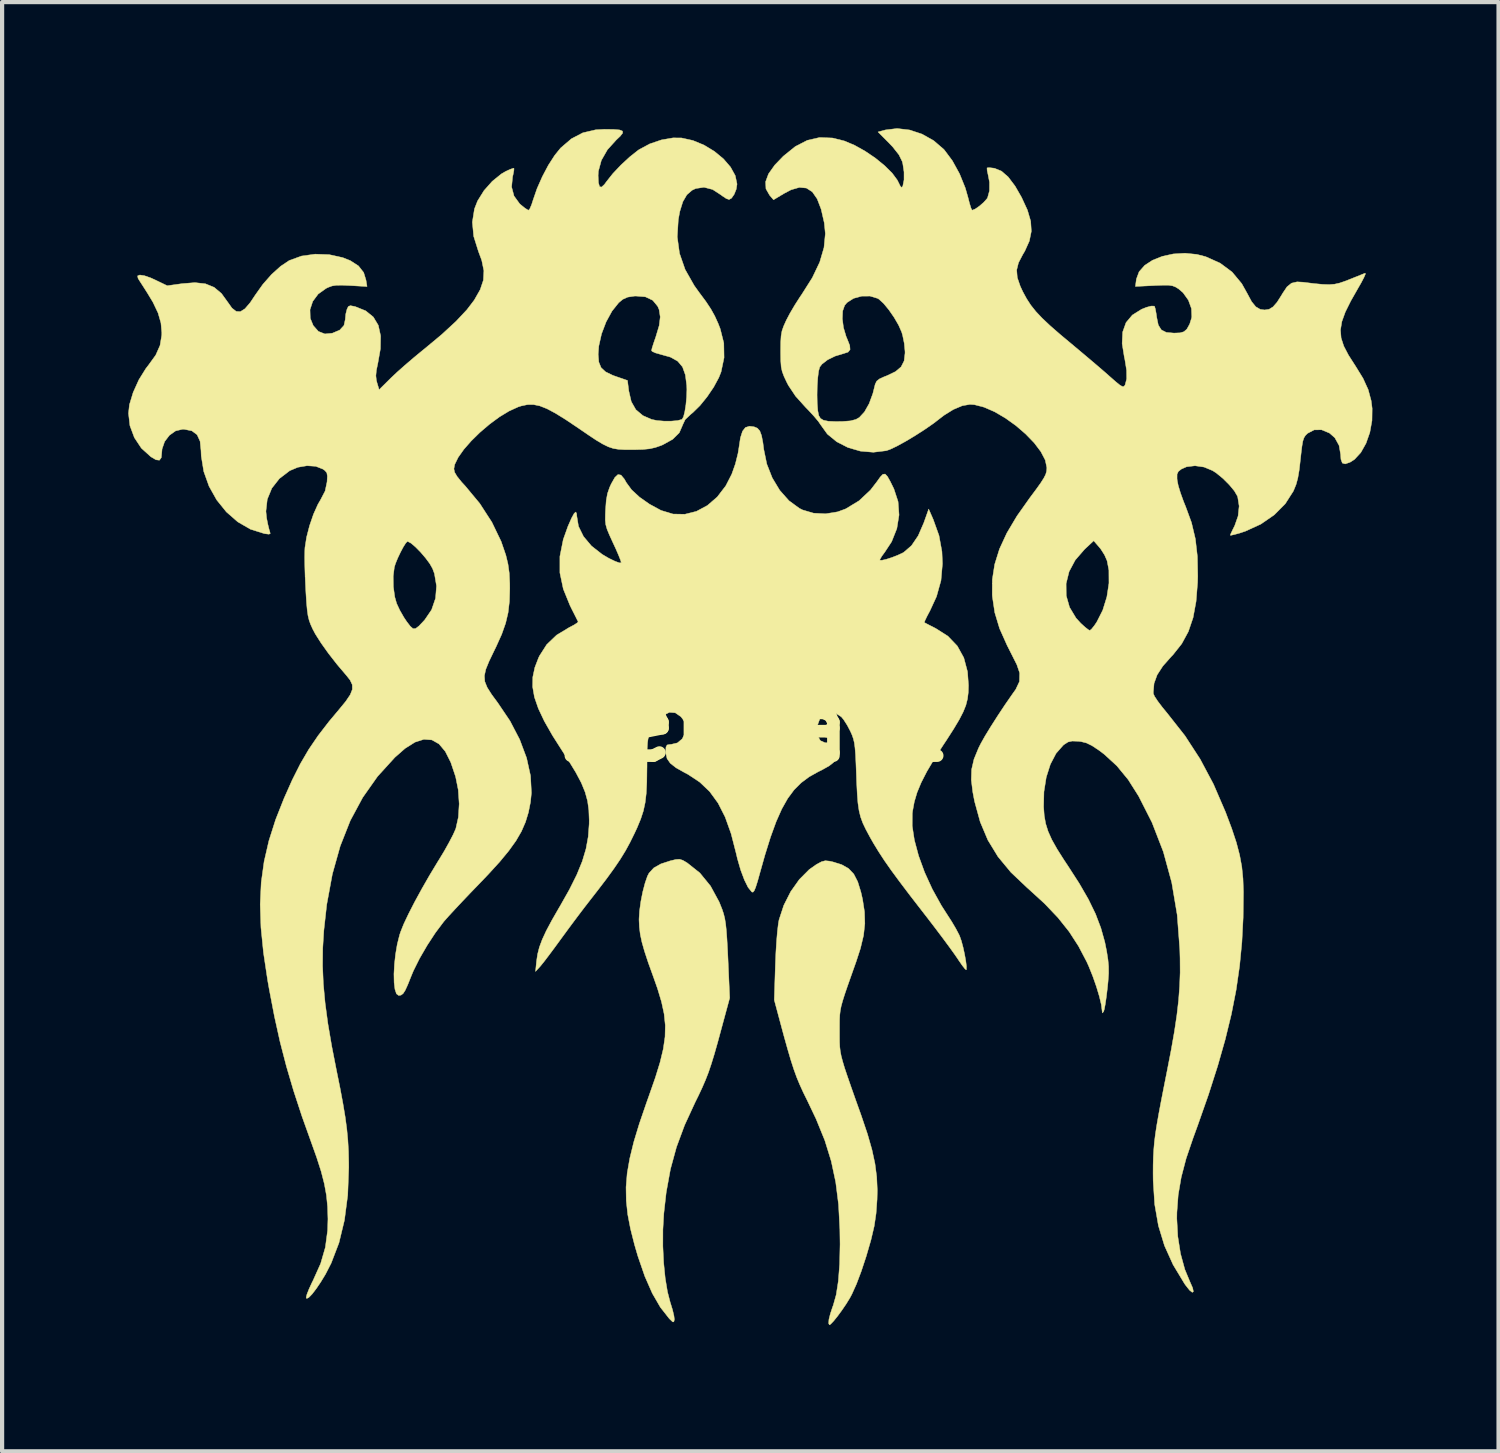
<source format=kicad_pcb>
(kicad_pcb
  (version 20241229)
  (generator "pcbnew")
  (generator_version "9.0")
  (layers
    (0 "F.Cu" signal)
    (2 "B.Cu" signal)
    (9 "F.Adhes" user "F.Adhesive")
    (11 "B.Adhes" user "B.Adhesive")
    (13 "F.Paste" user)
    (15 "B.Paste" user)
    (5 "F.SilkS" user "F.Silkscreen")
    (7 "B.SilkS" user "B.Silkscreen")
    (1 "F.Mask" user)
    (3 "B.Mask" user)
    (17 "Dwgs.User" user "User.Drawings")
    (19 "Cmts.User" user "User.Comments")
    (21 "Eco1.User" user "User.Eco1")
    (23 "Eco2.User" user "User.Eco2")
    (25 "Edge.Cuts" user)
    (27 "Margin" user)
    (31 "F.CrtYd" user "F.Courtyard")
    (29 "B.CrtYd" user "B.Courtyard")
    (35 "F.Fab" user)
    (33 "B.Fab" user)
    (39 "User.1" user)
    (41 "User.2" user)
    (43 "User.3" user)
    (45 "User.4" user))
  (footprint "Pendant"
    (layer "F.Cu")
    (at 14.768 14.225)
    (property "Reference" "Pendant" (at 0 0 0) (layer "F.SilkS") (effects (font (size 1.524 1.524) (thickness 0.3))))
    (attr through_hole)
    (fp_poly (pts (xy -1.584 3.178) (xy -1.483 3.238) (xy -1.481 3.239) (xy -1.179 3.479) (xy -0.926 3.789) (xy -0.72 4.168) (xy -0.649 4.346) (xy -0.615 4.449) (xy -0.588 4.557) (xy -0.567 4.683) (xy -0.55 4.843) (xy -0.535 5.05) (xy -0.52 5.318) (xy -0.51 5.534) (xy -0.47 6.451) (xy -0.66 7.152) (xy -0.755 7.503) (xy -0.836 7.788) (xy -0.908 8.022) (xy -0.976 8.223) (xy -1.047 8.405) (xy -1.125 8.585) (xy -1.216 8.779) (xy -1.292 8.932) (xy -1.542 9.475) (xy -1.735 9.995) (xy -1.878 10.518) (xy -1.979 11.071) (xy -2.036 11.575) (xy -2.058 11.956) (xy -2.059 12.353) (xy -2.04 12.745) (xy -2.003 13.113) (xy -1.949 13.438) (xy -1.881 13.7) (xy -1.878 13.706) (xy -1.829 13.866) (xy -1.796 14.005) (xy -1.785 14.094) (xy -1.786 14.101) (xy -1.799 14.152) (xy -1.827 14.151) (xy -1.889 14.092) (xy -1.911 14.069) (xy -2.118 13.805) (xy -2.31 13.473) (xy -2.488 13.068) (xy -2.654 12.586) (xy -2.734 12.312) (xy -2.828 11.941) (xy -2.894 11.599) (xy -2.929 11.272) (xy -2.934 10.949) (xy -2.907 10.616) (xy -2.845 10.262) (xy -2.75 9.874) (xy -2.618 9.439) (xy -2.449 8.946) (xy -2.388 8.775) (xy -2.239 8.349) (xy -2.126 7.983) (xy -2.049 7.663) (xy -2.007 7.374) (xy -2.001 7.102) (xy -2.029 6.829) (xy -2.091 6.543) (xy -2.186 6.227) (xy -2.289 5.935) (xy -2.407 5.608) (xy -2.494 5.344) (xy -2.556 5.126) (xy -2.596 4.939) (xy -2.617 4.768) (xy -2.625 4.596) (xy -2.625 4.573) (xy -2.613 4.38) (xy -2.582 4.156) (xy -2.537 3.928) (xy -2.482 3.719) (xy -2.425 3.554) (xy -2.388 3.483) (xy -2.276 3.36) (xy -2.107 3.264) (xy -1.887 3.192) (xy -1.751 3.159) (xy -1.662 3.153) (xy -1.584 3.178)) (stroke (width 0.01) (type solid)) (fill yes) (layer "F.SilkS"))
    (fp_poly (pts (xy 1.909 3.199) (xy 1.983 3.216) (xy 2.194 3.282) (xy 2.356 3.374) (xy 2.48 3.505) (xy 2.574 3.688) (xy 2.65 3.935) (xy 2.689 4.106) (xy 2.735 4.404) (xy 2.743 4.683) (xy 2.712 4.965) (xy 2.638 5.274) (xy 2.54 5.576) (xy 2.425 5.901) (xy 2.334 6.159) (xy 2.265 6.361) (xy 2.215 6.519) (xy 2.18 6.647) (xy 2.159 6.756) (xy 2.147 6.858) (xy 2.142 6.967) (xy 2.141 7.093) (xy 2.141 7.239) (xy 2.141 7.382) (xy 2.142 7.502) (xy 2.147 7.61) (xy 2.159 7.714) (xy 2.18 7.826) (xy 2.214 7.956) (xy 2.261 8.114) (xy 2.327 8.31) (xy 2.412 8.555) (xy 2.519 8.859) (xy 2.652 9.231) (xy 2.662 9.26) (xy 2.806 9.687) (xy 2.912 10.058) (xy 2.984 10.391) (xy 3.025 10.705) (xy 3.039 11.018) (xy 3.034 11.239) (xy 3.01 11.575) (xy 2.966 11.874) (xy 2.893 12.185) (xy 2.886 12.213) (xy 2.775 12.595) (xy 2.659 12.946) (xy 2.544 13.251) (xy 2.434 13.495) (xy 2.387 13.583) (xy 2.299 13.726) (xy 2.197 13.876) (xy 2.093 14.018) (xy 1.999 14.134) (xy 1.929 14.207) (xy 1.901 14.224) (xy 1.883 14.188) (xy 1.889 14.1) (xy 1.891 14.086) (xy 1.923 13.96) (xy 1.973 13.808) (xy 1.992 13.757) (xy 2.062 13.508) (xy 2.113 13.181) (xy 2.144 12.778) (xy 2.154 12.304) (xy 2.149 11.949) (xy 2.118 11.363) (xy 2.051 10.831) (xy 1.944 10.33) (xy 1.791 9.836) (xy 1.584 9.328) (xy 1.376 8.891) (xy 1.28 8.697) (xy 1.198 8.517) (xy 1.124 8.339) (xy 1.054 8.146) (xy 0.983 7.926) (xy 0.906 7.663) (xy 0.816 7.342) (xy 0.743 7.07) (xy 0.59 6.499) (xy 0.616 5.673) (xy 0.628 5.377) (xy 0.645 5.101) (xy 0.665 4.864) (xy 0.687 4.681) (xy 0.703 4.593) (xy 0.816 4.248) (xy 0.981 3.922) (xy 1.186 3.633) (xy 1.42 3.398) (xy 1.593 3.276) (xy 1.712 3.212) (xy 1.803 3.188) (xy 1.909 3.199)) (stroke (width 0.01) (type solid)) (fill yes) (layer "F.SilkS"))
    (fp_poly (pts (xy 0.11 -7.128) (xy 0.189 -7.095) (xy 0.246 -7.03) (xy 0.287 -6.92) (xy 0.32 -6.749) (xy 0.34 -6.593) (xy 0.412 -6.243) (xy 0.542 -5.913) (xy 0.72 -5.618) (xy 0.938 -5.372) (xy 1.185 -5.191) (xy 1.262 -5.152) (xy 1.522 -5.075) (xy 1.81 -5.06) (xy 2.098 -5.107) (xy 2.288 -5.177) (xy 2.606 -5.37) (xy 2.877 -5.624) (xy 3.029 -5.821) (xy 3.111 -5.936) (xy 3.172 -5.999) (xy 3.225 -6.005) (xy 3.28 -5.948) (xy 3.349 -5.825) (xy 3.434 -5.652) (xy 3.533 -5.35) (xy 3.556 -5.032) (xy 3.504 -4.709) (xy 3.38 -4.397) (xy 3.218 -4.15) (xy 3.144 -4.049) (xy 3.103 -3.977) (xy 3.099 -3.956) (xy 3.151 -3.955) (xy 3.256 -3.979) (xy 3.389 -4.022) (xy 3.525 -4.075) (xy 3.641 -4.129) (xy 3.668 -4.144) (xy 3.852 -4.303) (xy 4.011 -4.537) (xy 4.147 -4.85) (xy 4.148 -4.854) (xy 4.261 -5.172) (xy 4.369 -4.925) (xy 4.506 -4.543) (xy 4.576 -4.161) (xy 4.588 -3.873) (xy 4.553 -3.473) (xy 4.447 -3.093) (xy 4.292 -2.757) (xy 4.222 -2.625) (xy 4.174 -2.525) (xy 4.157 -2.478) (xy 4.157 -2.476) (xy 4.199 -2.453) (xy 4.295 -2.403) (xy 4.425 -2.337) (xy 4.425 -2.337) (xy 4.718 -2.151) (xy 4.941 -1.918) (xy 5.096 -1.637) (xy 5.184 -1.305) (xy 5.207 -0.983) (xy 5.202 -0.812) (xy 5.183 -0.658) (xy 5.145 -0.508) (xy 5.081 -0.349) (xy 4.987 -0.167) (xy 4.856 0.053) (xy 4.683 0.323) (xy 4.616 0.423) (xy 4.391 0.773) (xy 4.215 1.071) (xy 4.082 1.331) (xy 3.985 1.565) (xy 3.919 1.787) (xy 3.878 2.011) (xy 3.871 2.067) (xy 3.869 2.359) (xy 3.921 2.698) (xy 4.021 3.071) (xy 4.164 3.464) (xy 4.346 3.862) (xy 4.562 4.252) (xy 4.699 4.466) (xy 4.809 4.637) (xy 4.909 4.807) (xy 4.983 4.948) (xy 4.997 4.979) (xy 5.038 5.095) (xy 5.079 5.248) (xy 5.115 5.414) (xy 5.143 5.572) (xy 5.159 5.7) (xy 5.157 5.774) (xy 5.153 5.783) (xy 5.123 5.759) (xy 5.06 5.679) (xy 4.976 5.558) (xy 4.948 5.515) (xy 4.869 5.401) (xy 4.748 5.233) (xy 4.594 5.025) (xy 4.417 4.79) (xy 4.227 4.542) (xy 4.102 4.381) (xy 3.815 4.01) (xy 3.576 3.694) (xy 3.376 3.423) (xy 3.21 3.186) (xy 3.071 2.973) (xy 2.95 2.775) (xy 2.864 2.624) (xy 2.768 2.445) (xy 2.695 2.292) (xy 2.642 2.147) (xy 2.605 1.994) (xy 2.579 1.816) (xy 2.562 1.595) (xy 2.548 1.314) (xy 2.543 1.164) (xy 2.532 0.879) (xy 2.522 0.664) (xy 2.509 0.504) (xy 2.493 0.383) (xy 2.47 0.287) (xy 2.44 0.201) (xy 2.403 0.117) (xy 2.325 -0.032) (xy 2.24 -0.165) (xy 2.185 -0.232) (xy 2.047 -0.322) (xy 1.905 -0.338) (xy 1.774 -0.289) (xy 1.672 -0.183) (xy 1.615 -0.028) (xy 1.609 0.053) (xy 1.626 0.227) (xy 1.685 0.333) (xy 1.795 0.382) (xy 1.898 0.389) (xy 2.01 0.392) (xy 2.062 0.417) (xy 2.078 0.477) (xy 2.079 0.5) (xy 2.079 0.65) (xy 2.057 0.762) (xy 1.999 0.851) (xy 1.893 0.934) (xy 1.727 1.027) (xy 1.632 1.074) (xy 1.418 1.194) (xy 1.229 1.335) (xy 1.061 1.503) (xy 0.909 1.708) (xy 0.768 1.958) (xy 0.634 2.26) (xy 0.502 2.623) (xy 0.367 3.055) (xy 0.253 3.46) (xy 0.193 3.675) (xy 0.147 3.82) (xy 0.112 3.903) (xy 0.083 3.936) (xy 0.055 3.93) (xy 0.053 3.928) (xy -0.033 3.821) (xy -0.121 3.643) (xy -0.208 3.411) (xy -0.287 3.138) (xy -0.316 3.014) (xy -0.437 2.543) (xy -0.579 2.147) (xy -0.747 1.817) (xy -0.946 1.544) (xy -1.182 1.32) (xy -1.461 1.135) (xy -1.54 1.094) (xy -1.746 0.978) (xy -1.882 0.871) (xy -1.959 0.761) (xy -1.988 0.634) (xy -1.99 0.595) (xy -1.985 0.485) (xy -1.958 0.436) (xy -1.893 0.424) (xy -1.865 0.423) (xy -1.713 0.387) (xy -1.6 0.292) (xy -1.531 0.159) (xy -1.516 0.007) (xy -1.56 -0.144) (xy -1.628 -0.235) (xy -1.764 -0.329) (xy -1.903 -0.34) (xy -2.046 -0.268) (xy -2.193 -0.113) (xy -2.311 0.065) (xy -2.356 0.144) (xy -2.388 0.213) (xy -2.41 0.289) (xy -2.424 0.387) (xy -2.432 0.521) (xy -2.435 0.708) (xy -2.436 0.962) (xy -2.437 0.995) (xy -2.441 1.323) (xy -2.454 1.586) (xy -2.48 1.806) (xy -2.522 2.002) (xy -2.585 2.195) (xy -2.672 2.405) (xy -2.735 2.54) (xy -2.838 2.749) (xy -2.946 2.948) (xy -3.07 3.15) (xy -3.217 3.367) (xy -3.396 3.614) (xy -3.616 3.902) (xy -3.792 4.128) (xy -3.93 4.306) (xy -4.098 4.528) (xy -4.277 4.768) (xy -4.448 5.001) (xy -4.484 5.05) (xy -4.627 5.246) (xy -4.761 5.426) (xy -4.874 5.575) (xy -4.956 5.677) (xy -4.981 5.707) (xy -5.086 5.821) (xy -5.062 5.578) (xy -5.037 5.41) (xy -4.994 5.242) (xy -4.927 5.062) (xy -4.831 4.854) (xy -4.698 4.605) (xy -4.524 4.302) (xy -4.508 4.276) (xy -4.281 3.874) (xy -4.105 3.521) (xy -3.975 3.203) (xy -3.886 2.906) (xy -3.833 2.615) (xy -3.811 2.316) (xy -3.81 2.224) (xy -3.819 1.986) (xy -3.849 1.768) (xy -3.907 1.557) (xy -3.998 1.335) (xy -4.129 1.088) (xy -4.305 0.8) (xy -4.426 0.614) (xy -4.679 0.217) (xy -4.876 -0.128) (xy -5.019 -0.431) (xy -5.112 -0.7) (xy -5.155 -0.946) (xy -5.151 -1.178) (xy -5.103 -1.405) (xy -5.014 -1.637) (xy -4.993 -1.681) (xy -4.819 -1.953) (xy -4.584 -2.177) (xy -4.286 -2.357) (xy -4.168 -2.419) (xy -4.092 -2.469) (xy -4.073 -2.493) (xy -4.096 -2.54) (xy -4.148 -2.644) (xy -4.221 -2.788) (xy -4.266 -2.879) (xy -4.426 -3.272) (xy -4.507 -3.658) (xy -4.507 -4.047) (xy -4.427 -4.449) (xy -4.315 -4.763) (xy -4.23 -4.956) (xy -4.168 -5.069) (xy -4.128 -5.103) (xy -4.109 -5.061) (xy -4.106 -5.013) (xy -4.065 -4.763) (xy -3.946 -4.521) (xy -3.756 -4.295) (xy -3.502 -4.096) (xy -3.346 -4.004) (xy -3.193 -3.93) (xy -3.091 -3.893) (xy -3.049 -3.897) (xy -3.048 -3.9) (xy -3.065 -3.958) (xy -3.111 -4.074) (xy -3.179 -4.231) (xy -3.244 -4.371) (xy -3.329 -4.557) (xy -3.385 -4.692) (xy -3.416 -4.801) (xy -3.428 -4.911) (xy -3.426 -5.045) (xy -3.421 -5.16) (xy -3.405 -5.377) (xy -3.375 -5.543) (xy -3.323 -5.692) (xy -3.285 -5.774) (xy -3.2 -5.924) (xy -3.126 -5.993) (xy -3.054 -5.98) (xy -2.976 -5.887) (xy -2.926 -5.799) (xy -2.802 -5.63) (xy -2.614 -5.456) (xy -2.378 -5.29) (xy -2.113 -5.146) (xy -2.095 -5.138) (xy -1.817 -5.054) (xy -1.536 -5.049) (xy -1.261 -5.118) (xy -1.001 -5.257) (xy -0.765 -5.461) (xy -0.563 -5.725) (xy -0.421 -6.002) (xy -0.335 -6.245) (xy -0.272 -6.498) (xy -0.25 -6.634) (xy -0.215 -6.866) (xy -0.165 -7.023) (xy -0.096 -7.112) (xy 0.001 -7.142) (xy 0.11 -7.128)) (stroke (width 0.01) (type solid)) (fill yes) (layer "F.SilkS"))
    (fp_poly (pts (xy -3.23 -14.198) (xy -3.088 -14.186) (xy -3.018 -14.158) (xy -3.015 -14.111) (xy -3.073 -14.037) (xy -3.167 -13.948) (xy -3.377 -13.716) (xy -3.521 -13.464) (xy -3.592 -13.204) (xy -3.598 -13.104) (xy -3.59 -12.931) (xy -3.564 -12.839) (xy -3.519 -12.826) (xy -3.449 -12.889) (xy -3.397 -12.96) (xy -3.248 -13.148) (xy -3.055 -13.352) (xy -2.845 -13.546) (xy -2.648 -13.702) (xy -2.623 -13.719) (xy -2.372 -13.854) (xy -2.093 -13.949) (xy -1.816 -13.997) (xy -1.615 -13.995) (xy -1.344 -13.935) (xy -1.079 -13.825) (xy -0.833 -13.676) (xy -0.619 -13.499) (xy -0.45 -13.303) (xy -0.338 -13.1) (xy -0.296 -12.901) (xy -0.296 -12.896) (xy -0.315 -12.775) (xy -0.363 -12.655) (xy -0.426 -12.564) (xy -0.485 -12.531) (xy -0.554 -12.556) (xy -0.649 -12.619) (xy -0.668 -12.635) (xy -0.876 -12.77) (xy -1.081 -12.823) (xy -1.278 -12.793) (xy -1.363 -12.753) (xy -1.488 -12.645) (xy -1.584 -12.48) (xy -1.656 -12.248) (xy -1.692 -12.053) (xy -1.717 -11.644) (xy -1.663 -11.251) (xy -1.53 -10.868) (xy -1.314 -10.487) (xy -1.201 -10.329) (xy -1.038 -10.11) (xy -0.918 -9.929) (xy -0.824 -9.76) (xy -0.742 -9.579) (xy -0.695 -9.457) (xy -0.61 -9.119) (xy -0.604 -8.771) (xy -0.675 -8.433) (xy -0.729 -8.297) (xy -0.85 -8.073) (xy -1.006 -7.843) (xy -1.177 -7.632) (xy -1.345 -7.467) (xy -1.392 -7.429) (xy -1.528 -7.301) (xy -1.591 -7.167) (xy -1.591 -7.164) (xy -1.669 -6.986) (xy -1.826 -6.831) (xy -2.059 -6.702) (xy -2.095 -6.686) (xy -2.236 -6.637) (xy -2.373 -6.606) (xy -2.536 -6.59) (xy -2.75 -6.584) (xy -2.794 -6.584) (xy -2.97 -6.585) (xy -3.112 -6.593) (xy -3.236 -6.613) (xy -3.356 -6.653) (xy -3.488 -6.718) (xy -3.647 -6.813) (xy -3.847 -6.946) (xy -4.06 -7.092) (xy -4.362 -7.295) (xy -4.61 -7.449) (xy -4.814 -7.558) (xy -4.987 -7.626) (xy -5.139 -7.657) (xy -5.281 -7.655) (xy -5.426 -7.624) (xy -5.499 -7.601) (xy -5.714 -7.503) (xy -5.945 -7.363) (xy -6.179 -7.19) (xy -6.406 -6.997) (xy -6.614 -6.793) (xy -6.791 -6.591) (xy -6.926 -6.4) (xy -7.008 -6.232) (xy -7.027 -6.129) (xy -7.01 -6.047) (xy -6.95 -5.946) (xy -6.841 -5.811) (xy -6.755 -5.718) (xy -6.412 -5.305) (xy -6.124 -4.86) (xy -5.903 -4.401) (xy -5.792 -4.077) (xy -5.741 -3.865) (xy -5.711 -3.65) (xy -5.699 -3.399) (xy -5.698 -3.281) (xy -5.707 -2.977) (xy -5.738 -2.711) (xy -5.797 -2.46) (xy -5.89 -2.196) (xy -6.025 -1.897) (xy -6.075 -1.795) (xy -6.192 -1.551) (xy -6.269 -1.362) (xy -6.302 -1.208) (xy -6.292 -1.071) (xy -6.235 -0.93) (xy -6.132 -0.767) (xy -5.988 -0.572) (xy -5.693 -0.135) (xy -5.463 0.306) (xy -5.299 0.744) (xy -5.205 1.17) (xy -5.184 1.575) (xy -5.206 1.793) (xy -5.255 2.04) (xy -5.325 2.269) (xy -5.421 2.49) (xy -5.551 2.714) (xy -5.722 2.952) (xy -5.939 3.215) (xy -6.211 3.513) (xy -6.435 3.747) (xy -6.639 3.958) (xy -6.835 4.164) (xy -7.01 4.351) (xy -7.153 4.506) (xy -7.252 4.618) (xy -7.272 4.641) (xy -7.467 4.901) (xy -7.663 5.201) (xy -7.843 5.511) (xy -7.989 5.804) (xy -8.046 5.941) (xy -8.125 6.139) (xy -8.185 6.27) (xy -8.235 6.347) (xy -8.284 6.383) (xy -8.339 6.392) (xy -8.392 6.353) (xy -8.428 6.245) (xy -8.448 6.083) (xy -8.452 5.881) (xy -8.44 5.653) (xy -8.414 5.414) (xy -8.374 5.177) (xy -8.319 4.957) (xy -8.295 4.883) (xy -8.22 4.695) (xy -8.105 4.452) (xy -7.959 4.167) (xy -7.789 3.856) (xy -7.604 3.533) (xy -7.411 3.213) (xy -7.38 3.164) (xy -7.255 2.957) (xy -7.141 2.753) (xy -7.047 2.573) (xy -6.987 2.439) (xy -6.98 2.42) (xy -6.92 2.151) (xy -6.901 1.837) (xy -6.923 1.506) (xy -6.986 1.191) (xy -7.101 0.849) (xy -7.232 0.589) (xy -7.382 0.411) (xy -7.55 0.316) (xy -7.74 0.302) (xy -7.951 0.369) (xy -8.186 0.517) (xy -8.431 0.732) (xy -8.843 1.185) (xy -9.195 1.685) (xy -9.491 2.236) (xy -9.73 2.841) (xy -9.916 3.504) (xy -10.05 4.229) (xy -10.119 4.847) (xy -10.145 5.269) (xy -10.149 5.687) (xy -10.131 6.115) (xy -10.089 6.568) (xy -10.023 7.06) (xy -9.93 7.604) (xy -9.821 8.16) (xy -9.733 8.595) (xy -9.664 8.965) (xy -9.611 9.283) (xy -9.573 9.567) (xy -9.548 9.831) (xy -9.533 10.092) (xy -9.527 10.364) (xy -9.526 10.477) (xy -9.551 11.137) (xy -9.629 11.734) (xy -9.759 12.272) (xy -9.944 12.755) (xy -10.079 13.018) (xy -10.192 13.204) (xy -10.301 13.365) (xy -10.398 13.491) (xy -10.476 13.571) (xy -10.526 13.597) (xy -10.539 13.571) (xy -10.521 13.498) (xy -10.472 13.373) (xy -10.401 13.219) (xy -10.373 13.163) (xy -10.195 12.766) (xy -10.083 12.38) (xy -10.029 11.975) (xy -10.021 11.705) (xy -10.03 11.415) (xy -10.057 11.143) (xy -10.107 10.869) (xy -10.183 10.574) (xy -10.291 10.238) (xy -10.402 9.927) (xy -10.638 9.267) (xy -10.838 8.657) (xy -11.01 8.073) (xy -11.16 7.493) (xy -11.293 6.892) (xy -11.417 6.247) (xy -11.455 6.032) (xy -11.554 5.373) (xy -11.614 4.775) (xy -11.632 4.224) (xy -11.608 3.706) (xy -11.539 3.207) (xy -11.425 2.713) (xy -11.265 2.21) (xy -11.066 1.707) (xy -10.87 1.267) (xy -10.679 0.887) (xy -10.479 0.544) (xy -10.256 0.216) (xy -9.996 -0.121) (xy -9.764 -0.398) (xy -9.599 -0.599) (xy -9.492 -0.757) (xy -9.441 -0.885) (xy -9.443 -0.997) (xy -9.495 -1.107) (xy -9.582 -1.217) (xy -9.801 -1.475) (xy -10.006 -1.737) (xy -10.183 -1.985) (xy -10.321 -2.202) (xy -10.386 -2.325) (xy -10.434 -2.432) (xy -10.469 -2.53) (xy -10.495 -2.637) (xy -10.514 -2.769) (xy -10.53 -2.945) (xy -10.545 -3.18) (xy -10.551 -3.298) (xy -10.563 -3.556) (xy -10.564 -3.574) (xy -8.47 -3.574) (xy -8.466 -3.324) (xy -8.432 -3.081) (xy -8.388 -2.927) (xy -8.314 -2.768) (xy -8.214 -2.594) (xy -8.149 -2.497) (xy -8.064 -2.386) (xy -8 -2.33) (xy -7.939 -2.331) (xy -7.86 -2.39) (xy -7.747 -2.509) (xy -7.719 -2.54) (xy -7.557 -2.778) (xy -7.463 -3.052) (xy -7.44 -3.344) (xy -7.489 -3.636) (xy -7.534 -3.758) (xy -7.6 -3.874) (xy -7.701 -4.01) (xy -7.819 -4.148) (xy -7.94 -4.271) (xy -8.046 -4.361) (xy -8.123 -4.402) (xy -8.131 -4.403) (xy -8.169 -4.367) (xy -8.228 -4.275) (xy -8.296 -4.147) (xy -8.363 -4.006) (xy -8.417 -3.873) (xy -8.443 -3.789) (xy -8.47 -3.574) (xy -10.564 -3.574) (xy -10.571 -3.806) (xy -10.574 -4.025) (xy -10.571 -4.193) (xy -10.568 -4.255) (xy -10.529 -4.504) (xy -10.458 -4.779) (xy -10.365 -5.05) (xy -10.26 -5.284) (xy -10.196 -5.394) (xy -10.088 -5.602) (xy -10.042 -5.82) (xy -10.042 -5.822) (xy -10.035 -5.956) (xy -10.048 -6.035) (xy -10.093 -6.088) (xy -10.142 -6.123) (xy -10.311 -6.189) (xy -10.519 -6.203) (xy -10.737 -6.166) (xy -10.93 -6.085) (xy -11.176 -5.897) (xy -11.356 -5.667) (xy -11.464 -5.404) (xy -11.496 -5.119) (xy -11.48 -4.96) (xy -11.451 -4.813) (xy -11.421 -4.691) (xy -11.405 -4.64) (xy -11.393 -4.59) (xy -11.424 -4.575) (xy -11.515 -4.586) (xy -11.54 -4.591) (xy -11.864 -4.693) (xy -12.166 -4.868) (xy -12.436 -5.104) (xy -12.666 -5.389) (xy -12.848 -5.714) (xy -12.974 -6.067) (xy -13.034 -6.436) (xy -13.039 -6.562) (xy -13.061 -6.784) (xy -13.132 -6.939) (xy -13.256 -7.032) (xy -13.437 -7.069) (xy -13.479 -7.07) (xy -13.643 -7.031) (xy -13.791 -6.926) (xy -13.904 -6.777) (xy -13.965 -6.601) (xy -13.971 -6.532) (xy -13.984 -6.395) (xy -14.028 -6.334) (xy -14.11 -6.344) (xy -14.232 -6.416) (xy -14.457 -6.62) (xy -14.624 -6.872) (xy -14.729 -7.154) (xy -14.763 -7.448) (xy -14.741 -7.653) (xy -14.652 -7.946) (xy -14.517 -8.245) (xy -14.352 -8.511) (xy -14.288 -8.594) (xy -14.115 -8.833) (xy -14.013 -9.064) (xy -13.972 -9.31) (xy -13.971 -9.366) (xy -13.992 -9.598) (xy -14.06 -9.834) (xy -14.182 -10.091) (xy -14.315 -10.311) (xy -14.406 -10.454) (xy -14.483 -10.573) (xy -14.53 -10.648) (xy -14.536 -10.658) (xy -14.547 -10.716) (xy -14.494 -10.737) (xy -14.386 -10.721) (xy -14.236 -10.669) (xy -14.135 -10.623) (xy -13.842 -10.482) (xy -13.493 -10.531) (xy -13.184 -10.556) (xy -12.933 -10.528) (xy -12.727 -10.444) (xy -12.553 -10.298) (xy -12.409 -10.099) (xy -12.303 -9.95) (xy -12.203 -9.872) (xy -12.103 -9.866) (xy -11.994 -9.935) (xy -11.869 -10.081) (xy -11.749 -10.261) (xy -11.568 -10.516) (xy -11.361 -10.751) (xy -11.146 -10.945) (xy -10.943 -11.081) (xy -10.938 -11.083) (xy -10.65 -11.188) (xy -10.325 -11.233) (xy -9.99 -11.221) (xy -9.668 -11.15) (xy -9.49 -11.079) (xy -9.295 -10.953) (xy -9.172 -10.796) (xy -9.117 -10.617) (xy -9.092 -10.463) (xy -9.489 -10.486) (xy -9.686 -10.495) (xy -9.822 -10.493) (xy -9.924 -10.477) (xy -10.016 -10.443) (xy -10.064 -10.42) (xy -10.254 -10.284) (xy -10.383 -10.11) (xy -10.448 -9.913) (xy -10.442 -9.709) (xy -10.371 -9.535) (xy -10.248 -9.396) (xy -10.094 -9.336) (xy -9.918 -9.353) (xy -9.741 -9.428) (xy -9.64 -9.539) (xy -9.61 -9.677) (xy -9.597 -9.812) (xy -9.569 -9.922) (xy -9.537 -9.988) (xy -9.489 -10.008) (xy -9.396 -9.991) (xy -9.368 -9.984) (xy -9.123 -9.885) (xy -8.942 -9.738) (xy -8.824 -9.541) (xy -8.769 -9.29) (xy -8.774 -8.983) (xy -8.833 -8.649) (xy -8.87 -8.47) (xy -8.882 -8.342) (xy -8.87 -8.234) (xy -8.855 -8.177) (xy -8.805 -8.01) (xy -8.519 -8.293) (xy -8.378 -8.426) (xy -8.192 -8.591) (xy -7.983 -8.77) (xy -7.884 -8.852) (xy -3.597 -8.852) (xy -3.582 -8.668) (xy -3.528 -8.535) (xy -3.421 -8.435) (xy -3.248 -8.351) (xy -3.172 -8.324) (xy -2.9 -8.23) (xy -2.869 -7.982) (xy -2.81 -7.727) (xy -2.701 -7.535) (xy -2.533 -7.394) (xy -2.328 -7.304) (xy -2.199 -7.277) (xy -2.033 -7.263) (xy -1.86 -7.263) (xy -1.709 -7.276) (xy -1.609 -7.303) (xy -1.602 -7.306) (xy -1.568 -7.366) (xy -1.537 -7.489) (xy -1.511 -7.653) (xy -1.494 -7.835) (xy -1.488 -8.015) (xy -1.491 -8.106) (xy -1.524 -8.363) (xy -1.592 -8.553) (xy -1.706 -8.688) (xy -1.877 -8.784) (xy -2.115 -8.851) (xy -2.235 -8.885) (xy -2.313 -8.921) (xy -2.328 -8.941) (xy -2.315 -9.001) (xy -2.279 -9.115) (xy -2.228 -9.262) (xy -2.223 -9.279) (xy -2.146 -9.535) (xy -2.121 -9.74) (xy -2.147 -9.911) (xy -2.181 -9.992) (xy -2.3 -10.136) (xy -2.476 -10.219) (xy -2.705 -10.237) (xy -2.739 -10.235) (xy -2.896 -10.211) (xy -3.01 -10.16) (xy -3.108 -10.079) (xy -3.268 -9.879) (xy -3.408 -9.623) (xy -3.517 -9.337) (xy -3.582 -9.048) (xy -3.597 -8.852) (xy -7.884 -8.852) (xy -7.772 -8.944) (xy -7.726 -8.981) (xy -7.314 -9.324) (xy -6.977 -9.635) (xy -6.717 -9.912) (xy -6.544 -10.139) (xy -6.402 -10.388) (xy -6.326 -10.614) (xy -6.314 -10.839) (xy -6.365 -11.086) (xy -6.443 -11.296) (xy -6.556 -11.656) (xy -6.588 -11.994) (xy -6.538 -12.309) (xy -6.464 -12.498) (xy -6.311 -12.744) (xy -6.114 -12.966) (xy -5.896 -13.142) (xy -5.794 -13.201) (xy -5.685 -13.251) (xy -5.614 -13.275) (xy -5.599 -13.275) (xy -5.6 -13.229) (xy -5.618 -13.13) (xy -5.632 -13.071) (xy -5.655 -12.831) (xy -5.598 -12.616) (xy -5.464 -12.431) (xy -5.438 -12.408) (xy -5.342 -12.33) (xy -5.269 -12.283) (xy -5.251 -12.277) (xy -5.22 -12.314) (xy -5.179 -12.411) (xy -5.144 -12.52) (xy -5.05 -12.792) (xy -4.925 -13.075) (xy -4.781 -13.348) (xy -4.629 -13.584) (xy -4.489 -13.757) (xy -4.233 -13.976) (xy -3.961 -14.118) (xy -3.658 -14.189) (xy -3.45 -14.201) (xy -3.23 -14.198)) (stroke (width 0.01) (type solid)) (fill yes) (layer "F.SilkS"))
    (fp_poly (pts (xy 3.807 -14.185) (xy 4.103 -14.087) (xy 4.379 -13.932) (xy 4.616 -13.728) (xy 4.633 -13.71) (xy 4.824 -13.454) (xy 4.995 -13.143) (xy 5.131 -12.807) (xy 5.195 -12.584) (xy 5.233 -12.436) (xy 5.267 -12.327) (xy 5.292 -12.278) (xy 5.294 -12.277) (xy 5.365 -12.305) (xy 5.464 -12.373) (xy 5.566 -12.461) (xy 5.643 -12.546) (xy 5.661 -12.574) (xy 5.706 -12.739) (xy 5.707 -12.943) (xy 5.673 -13.121) (xy 5.651 -13.221) (xy 5.648 -13.281) (xy 5.65 -13.284) (xy 5.7 -13.289) (xy 5.799 -13.278) (xy 5.829 -13.273) (xy 5.991 -13.207) (xy 6.152 -13.067) (xy 6.315 -12.851) (xy 6.469 -12.583) (xy 6.609 -12.279) (xy 6.686 -12.016) (xy 6.701 -11.776) (xy 6.654 -11.545) (xy 6.546 -11.305) (xy 6.496 -11.221) (xy 6.396 -11.029) (xy 6.353 -10.856) (xy 6.367 -10.677) (xy 6.438 -10.47) (xy 6.498 -10.341) (xy 6.588 -10.175) (xy 6.688 -10.021) (xy 6.808 -9.87) (xy 6.958 -9.711) (xy 7.149 -9.531) (xy 7.39 -9.321) (xy 7.62 -9.129) (xy 7.842 -8.943) (xy 8.069 -8.752) (xy 8.282 -8.571) (xy 8.461 -8.417) (xy 8.559 -8.33) (xy 8.706 -8.201) (xy 8.803 -8.122) (xy 8.864 -8.086) (xy 8.9 -8.086) (xy 8.926 -8.116) (xy 8.93 -8.123) (xy 8.968 -8.266) (xy 8.966 -8.472) (xy 8.925 -8.727) (xy 8.912 -8.784) (xy 8.86 -9.109) (xy 8.873 -9.382) (xy 8.953 -9.606) (xy 9.103 -9.785) (xy 9.322 -9.922) (xy 9.436 -9.968) (xy 9.552 -9.999) (xy 9.623 -9.997) (xy 9.632 -9.989) (xy 9.65 -9.928) (xy 9.671 -9.813) (xy 9.682 -9.731) (xy 9.72 -9.547) (xy 9.792 -9.432) (xy 9.911 -9.372) (xy 10.093 -9.356) (xy 10.237 -9.362) (xy 10.327 -9.388) (xy 10.392 -9.443) (xy 10.405 -9.46) (xy 10.466 -9.571) (xy 10.51 -9.712) (xy 10.516 -9.741) (xy 10.508 -9.939) (xy 10.435 -10.14) (xy 10.308 -10.317) (xy 10.202 -10.408) (xy 10.129 -10.453) (xy 10.058 -10.48) (xy 9.968 -10.494) (xy 9.837 -10.495) (xy 9.646 -10.488) (xy 9.615 -10.486) (xy 9.176 -10.465) (xy 9.199 -10.641) (xy 9.263 -10.814) (xy 9.395 -10.965) (xy 9.584 -11.089) (xy 9.816 -11.181) (xy 10.077 -11.238) (xy 10.355 -11.255) (xy 10.636 -11.227) (xy 10.846 -11.173) (xy 11.19 -11.019) (xy 11.474 -10.808) (xy 11.703 -10.533) (xy 11.836 -10.295) (xy 11.939 -10.103) (xy 12.038 -9.982) (xy 12.144 -9.92) (xy 12.248 -9.906) (xy 12.354 -9.922) (xy 12.448 -9.98) (xy 12.544 -10.09) (xy 12.655 -10.265) (xy 12.673 -10.297) (xy 12.779 -10.455) (xy 12.887 -10.543) (xy 13.019 -10.574) (xy 13.16 -10.566) (xy 13.426 -10.533) (xy 13.628 -10.514) (xy 13.783 -10.509) (xy 13.911 -10.519) (xy 14.031 -10.546) (xy 14.162 -10.591) (xy 14.247 -10.624) (xy 14.407 -10.688) (xy 14.541 -10.742) (xy 14.626 -10.776) (xy 14.639 -10.782) (xy 14.643 -10.759) (xy 14.608 -10.677) (xy 14.542 -10.551) (xy 14.477 -10.438) (xy 14.296 -10.12) (xy 14.165 -9.856) (xy 14.084 -9.631) (xy 14.051 -9.431) (xy 14.066 -9.241) (xy 14.129 -9.047) (xy 14.24 -8.834) (xy 14.397 -8.589) (xy 14.403 -8.58) (xy 14.587 -8.281) (xy 14.71 -8.011) (xy 14.781 -7.747) (xy 14.804 -7.565) (xy 14.8 -7.276) (xy 14.749 -6.994) (xy 14.658 -6.735) (xy 14.534 -6.515) (xy 14.383 -6.352) (xy 14.28 -6.286) (xy 14.164 -6.246) (xy 14.095 -6.266) (xy 14.062 -6.356) (xy 14.055 -6.468) (xy 14.018 -6.684) (xy 13.917 -6.867) (xy 13.79 -6.979) (xy 13.602 -7.057) (xy 13.426 -7.055) (xy 13.269 -6.973) (xy 13.267 -6.971) (xy 13.218 -6.923) (xy 13.183 -6.867) (xy 13.156 -6.787) (xy 13.135 -6.665) (xy 13.113 -6.484) (xy 13.099 -6.355) (xy 13.07 -6.102) (xy 13.037 -5.91) (xy 12.996 -5.758) (xy 12.941 -5.623) (xy 12.929 -5.596) (xy 12.738 -5.298) (xy 12.477 -5.035) (xy 12.157 -4.814) (xy 11.79 -4.646) (xy 11.652 -4.6) (xy 11.53 -4.567) (xy 11.45 -4.549) (xy 11.43 -4.55) (xy 11.447 -4.593) (xy 11.492 -4.688) (xy 11.536 -4.776) (xy 11.617 -5.006) (xy 11.642 -5.243) (xy 11.608 -5.458) (xy 11.601 -5.479) (xy 11.529 -5.603) (xy 11.407 -5.75) (xy 11.257 -5.9) (xy 11.099 -6.029) (xy 11.012 -6.086) (xy 10.808 -6.171) (xy 10.593 -6.202) (xy 10.393 -6.178) (xy 10.27 -6.124) (xy 10.197 -6.067) (xy 10.166 -6.002) (xy 10.165 -5.899) (xy 10.17 -5.848) (xy 10.195 -5.726) (xy 10.248 -5.553) (xy 10.319 -5.356) (xy 10.371 -5.228) (xy 10.509 -4.851) (xy 10.601 -4.464) (xy 10.649 -4.046) (xy 10.658 -3.577) (xy 10.654 -3.429) (xy 10.618 -2.977) (xy 10.547 -2.591) (xy 10.434 -2.259) (xy 10.277 -1.97) (xy 10.071 -1.71) (xy 10.034 -1.672) (xy 9.828 -1.44) (xy 9.692 -1.23) (xy 9.619 -1.028) (xy 9.601 -0.821) (xy 9.603 -0.782) (xy 9.632 -0.717) (xy 9.706 -0.605) (xy 9.814 -0.462) (xy 9.942 -0.306) (xy 10.356 0.22) (xy 10.715 0.773) (xy 11.032 1.369) (xy 11.317 2.029) (xy 11.319 2.034) (xy 11.465 2.422) (xy 11.575 2.754) (xy 11.653 3.051) (xy 11.705 3.332) (xy 11.733 3.615) (xy 11.744 3.922) (xy 11.744 3.937) (xy 11.737 4.543) (xy 11.707 5.125) (xy 11.652 5.693) (xy 11.57 6.261) (xy 11.457 6.838) (xy 11.311 7.437) (xy 11.131 8.069) (xy 10.914 8.747) (xy 10.656 9.482) (xy 10.547 9.781) (xy 10.381 10.269) (xy 10.265 10.712) (xy 10.193 11.133) (xy 10.162 11.551) (xy 10.16 11.696) (xy 10.183 12.119) (xy 10.248 12.53) (xy 10.351 12.907) (xy 10.47 13.193) (xy 10.537 13.346) (xy 10.554 13.432) (xy 10.528 13.45) (xy 10.462 13.398) (xy 10.364 13.274) (xy 10.34 13.238) (xy 10.071 12.792) (xy 9.867 12.34) (xy 9.723 11.867) (xy 9.634 11.358) (xy 9.598 10.797) (xy 9.596 10.626) (xy 9.597 10.42) (xy 9.602 10.235) (xy 9.612 10.059) (xy 9.627 9.88) (xy 9.651 9.687) (xy 9.685 9.467) (xy 9.73 9.21) (xy 9.788 8.902) (xy 9.86 8.533) (xy 9.928 8.191) (xy 10.026 7.687) (xy 10.103 7.249) (xy 10.161 6.861) (xy 10.202 6.508) (xy 10.227 6.175) (xy 10.239 5.846) (xy 10.237 5.506) (xy 10.231 5.292) (xy 10.169 4.475) (xy 10.039 3.705) (xy 9.84 2.976) (xy 9.57 2.279) (xy 9.253 1.654) (xy 9.003 1.259) (xy 8.734 0.932) (xy 8.433 0.656) (xy 8.307 0.561) (xy 8.142 0.452) (xy 8.011 0.388) (xy 7.883 0.356) (xy 7.814 0.348) (xy 7.672 0.343) (xy 7.575 0.365) (xy 7.483 0.424) (xy 7.457 0.445) (xy 7.289 0.637) (xy 7.154 0.895) (xy 7.056 1.203) (xy 7.001 1.549) (xy 6.993 1.905) (xy 7.008 2.116) (xy 7.042 2.306) (xy 7.1 2.491) (xy 7.188 2.688) (xy 7.314 2.912) (xy 7.484 3.18) (xy 7.57 3.309) (xy 7.841 3.729) (xy 8.058 4.105) (xy 8.227 4.452) (xy 8.354 4.786) (xy 8.448 5.121) (xy 8.493 5.346) (xy 8.523 5.539) (xy 8.538 5.702) (xy 8.539 5.867) (xy 8.525 6.064) (xy 8.509 6.223) (xy 8.485 6.422) (xy 8.46 6.594) (xy 8.437 6.718) (xy 8.42 6.773) (xy 8.393 6.807) (xy 8.384 6.763) (xy 8.383 6.75) (xy 8.365 6.609) (xy 8.318 6.412) (xy 8.249 6.183) (xy 8.164 5.94) (xy 8.071 5.708) (xy 8.02 5.594) (xy 7.823 5.219) (xy 7.599 4.873) (xy 7.334 4.541) (xy 7.016 4.207) (xy 6.633 3.857) (xy 6.599 3.827) (xy 6.216 3.464) (xy 5.909 3.093) (xy 5.668 2.698) (xy 5.486 2.266) (xy 5.352 1.779) (xy 5.309 1.554) (xy 5.274 1.267) (xy 5.282 1.016) (xy 5.338 0.774) (xy 5.446 0.511) (xy 5.498 0.407) (xy 5.597 0.23) (xy 5.735 0.004) (xy 5.899 -0.253) (xy 6.076 -0.52) (xy 6.256 -0.78) (xy 6.331 -0.885) (xy 6.419 -1.072) (xy 6.424 -1.276) (xy 6.357 -1.473) (xy 6.298 -1.59) (xy 6.218 -1.749) (xy 6.133 -1.917) (xy 6.128 -1.926) (xy 5.947 -2.331) (xy 5.832 -2.712) (xy 5.775 -3.094) (xy 5.772 -3.133) (xy 5.773 -3.4) (xy 7.528 -3.4) (xy 7.531 -3.114) (xy 7.61 -2.837) (xy 7.764 -2.581) (xy 7.875 -2.459) (xy 7.977 -2.366) (xy 8.058 -2.303) (xy 8.092 -2.286) (xy 8.133 -2.319) (xy 8.201 -2.404) (xy 8.257 -2.487) (xy 8.399 -2.768) (xy 8.497 -3.084) (xy 8.547 -3.41) (xy 8.545 -3.721) (xy 8.502 -3.944) (xy 8.442 -4.081) (xy 8.351 -4.224) (xy 8.318 -4.264) (xy 8.184 -4.419) (xy 7.966 -4.215) (xy 7.746 -3.961) (xy 7.599 -3.686) (xy 7.528 -3.4) (xy 5.773 -3.4) (xy 5.774 -3.498) (xy 5.83 -3.858) (xy 5.944 -4.223) (xy 6.119 -4.602) (xy 6.359 -5.006) (xy 6.661 -5.433) (xy 6.816 -5.641) (xy 6.926 -5.795) (xy 6.999 -5.91) (xy 7.043 -5.997) (xy 7.064 -6.072) (xy 7.07 -6.145) (xy 7.07 -6.158) (xy 7.032 -6.338) (xy 6.928 -6.537) (xy 6.769 -6.747) (xy 6.567 -6.956) (xy 6.335 -7.156) (xy 6.085 -7.335) (xy 5.829 -7.485) (xy 5.579 -7.594) (xy 5.348 -7.654) (xy 5.24 -7.661) (xy 5.058 -7.629) (xy 4.848 -7.54) (xy 4.633 -7.407) (xy 4.559 -7.351) (xy 4.375 -7.209) (xy 4.16 -7.06) (xy 3.932 -6.914) (xy 3.708 -6.78) (xy 3.506 -6.669) (xy 3.341 -6.591) (xy 3.252 -6.56) (xy 2.946 -6.523) (xy 2.637 -6.55) (xy 2.341 -6.636) (xy 2.074 -6.773) (xy 1.852 -6.955) (xy 1.693 -7.176) (xy 1.636 -7.259) (xy 1.534 -7.38) (xy 1.405 -7.52) (xy 1.33 -7.597) (xy 1.096 -7.857) (xy 1.077 -7.886) (xy 1.607 -7.886) (xy 1.611 -7.683) (xy 1.624 -7.513) (xy 1.647 -7.398) (xy 1.649 -7.393) (xy 1.689 -7.327) (xy 1.76 -7.284) (xy 1.875 -7.26) (xy 2.05 -7.253) (xy 2.211 -7.255) (xy 2.399 -7.269) (xy 2.53 -7.303) (xy 2.611 -7.349) (xy 2.734 -7.482) (xy 2.845 -7.678) (xy 2.933 -7.917) (xy 2.959 -8.02) (xy 2.989 -8.14) (xy 3.025 -8.214) (xy 3.09 -8.266) (xy 3.203 -8.318) (xy 3.268 -8.343) (xy 3.473 -8.441) (xy 3.605 -8.553) (xy 3.677 -8.695) (xy 3.699 -8.882) (xy 3.698 -8.925) (xy 3.681 -9.109) (xy 3.642 -9.3) (xy 3.62 -9.377) (xy 3.546 -9.545) (xy 3.439 -9.729) (xy 3.316 -9.907) (xy 3.191 -10.059) (xy 3.08 -10.161) (xy 3.048 -10.181) (xy 2.866 -10.236) (xy 2.666 -10.234) (xy 2.476 -10.182) (xy 2.321 -10.083) (xy 2.263 -10.015) (xy 2.216 -9.881) (xy 2.208 -9.696) (xy 2.235 -9.487) (xy 2.297 -9.278) (xy 2.324 -9.214) (xy 2.384 -9.062) (xy 2.392 -8.964) (xy 2.344 -8.904) (xy 2.236 -8.869) (xy 2.037 -8.809) (xy 1.859 -8.722) (xy 1.725 -8.619) (xy 1.671 -8.549) (xy 1.644 -8.452) (xy 1.624 -8.293) (xy 1.611 -8.097) (xy 1.607 -7.886) (xy 1.077 -7.886) (xy 0.926 -8.112) (xy 0.885 -8.191) (xy 0.82 -8.33) (xy 0.778 -8.443) (xy 0.754 -8.555) (xy 0.744 -8.695) (xy 0.741 -8.887) (xy 0.741 -8.931) (xy 0.743 -9.139) (xy 0.752 -9.289) (xy 0.773 -9.407) (xy 0.812 -9.519) (xy 0.872 -9.653) (xy 0.874 -9.657) (xy 0.962 -9.825) (xy 1.079 -10.024) (xy 1.205 -10.22) (xy 1.242 -10.274) (xy 1.494 -10.672) (xy 1.67 -11.041) (xy 1.772 -11.389) (xy 1.804 -11.72) (xy 1.779 -11.975) (xy 1.704 -12.302) (xy 1.61 -12.547) (xy 1.494 -12.714) (xy 1.354 -12.804) (xy 1.187 -12.82) (xy 0.989 -12.763) (xy 0.823 -12.676) (xy 0.572 -12.525) (xy 0.477 -12.636) (xy 0.392 -12.786) (xy 0.384 -12.954) (xy 0.453 -13.141) (xy 0.601 -13.35) (xy 0.805 -13.562) (xy 1.09 -13.792) (xy 1.375 -13.939) (xy 1.667 -14.006) (xy 1.976 -13.994) (xy 2.256 -13.924) (xy 2.496 -13.823) (xy 2.747 -13.683) (xy 2.991 -13.518) (xy 3.211 -13.339) (xy 3.391 -13.161) (xy 3.514 -12.995) (xy 3.535 -12.953) (xy 3.586 -12.85) (xy 3.618 -12.818) (xy 3.643 -12.846) (xy 3.646 -12.854) (xy 3.675 -12.999) (xy 3.675 -13.186) (xy 3.646 -13.38) (xy 3.632 -13.436) (xy 3.554 -13.595) (xy 3.404 -13.785) (xy 3.319 -13.874) (xy 3.057 -14.138) (xy 3.232 -14.186) (xy 3.51 -14.22) (xy 3.807 -14.185)) (stroke (width 0.01) (type solid)) (fill yes) (layer "F.SilkS")))
  (gr_rect
    (start -3 -3)
    (end 32.577 31.454)
    (stroke (width 0.1) (type default))
    (fill no)
    (layer "Edge.Cuts")))
</source>
